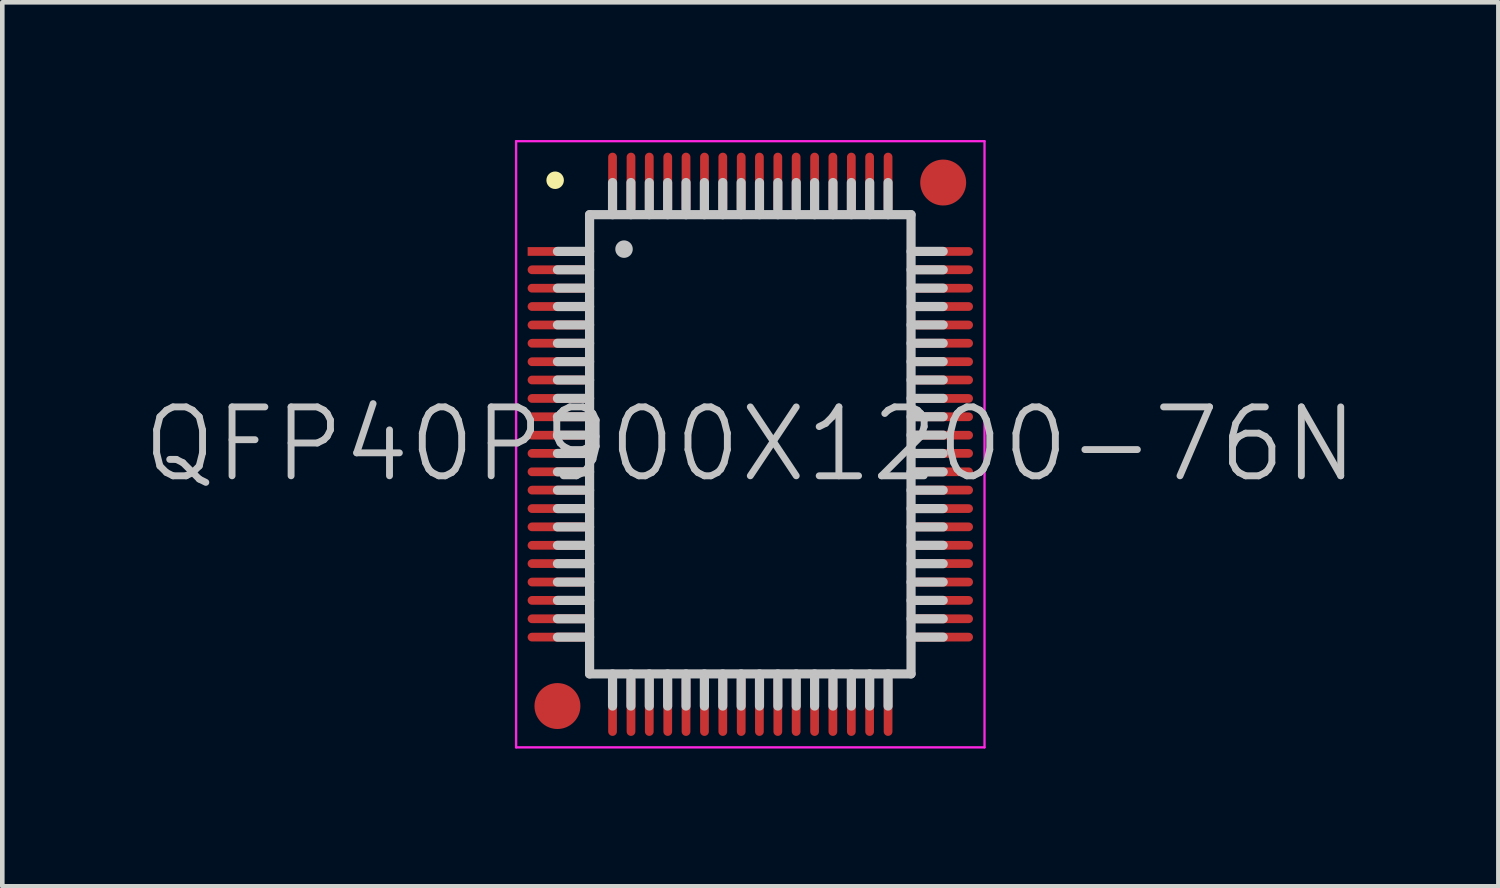
<source format=kicad_pcb>
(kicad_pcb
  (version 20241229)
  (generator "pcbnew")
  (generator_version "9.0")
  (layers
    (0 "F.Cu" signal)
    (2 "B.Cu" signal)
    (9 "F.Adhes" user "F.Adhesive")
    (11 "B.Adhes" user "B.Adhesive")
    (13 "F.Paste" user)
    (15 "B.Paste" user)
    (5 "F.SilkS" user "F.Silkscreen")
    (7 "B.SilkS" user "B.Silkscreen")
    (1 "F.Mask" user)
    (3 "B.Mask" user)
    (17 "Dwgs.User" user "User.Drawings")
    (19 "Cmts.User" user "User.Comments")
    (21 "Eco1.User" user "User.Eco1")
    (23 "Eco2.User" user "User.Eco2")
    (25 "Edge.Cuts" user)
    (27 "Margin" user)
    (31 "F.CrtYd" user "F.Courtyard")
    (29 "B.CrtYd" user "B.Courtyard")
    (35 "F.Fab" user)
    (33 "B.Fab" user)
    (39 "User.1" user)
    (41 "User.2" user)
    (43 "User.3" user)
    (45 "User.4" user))
  (footprint "QFP40P900X1200-76N"
    (layer "F.Cu")
    (at 13.289 6.625)
    (property "Reference" "QFP40P900X1200-76N" (at 0 0 0) (layer "Dwgs.User") (effects (font (size 1.5 1.5) (thickness 0.15))))
    (attr smd)
    (fp_line (start -4.25 -5.75) (end -4.25 -5.75) (stroke (width 0.381) (type solid)) (layer "F.SilkS"))
    (fp_line (start -3.5 -5) (end -3.5 5) (stroke (width 0.2) (type solid)) (layer "Dwgs.User"))
    (fp_line (start -3.5 -5) (end 3.5 -5) (stroke (width 0.2) (type solid)) (layer "Dwgs.User"))
    (fp_line (start -3.5 -4.2) (end -4.2 -4.2) (stroke (width 0.2) (type solid)) (layer "Dwgs.User"))
    (fp_line (start -3.5 -3.8) (end -4.2 -3.8) (stroke (width 0.2) (type solid)) (layer "Dwgs.User"))
    (fp_line (start -3.5 -3.4) (end -4.2 -3.4) (stroke (width 0.2) (type solid)) (layer "Dwgs.User"))
    (fp_line (start -3.5 -3) (end -4.2 -3) (stroke (width 0.2) (type solid)) (layer "Dwgs.User"))
    (fp_line (start -3.5 -2.6) (end -4.2 -2.6) (stroke (width 0.2) (type solid)) (layer "Dwgs.User"))
    (fp_line (start -3.5 -2.2) (end -4.2 -2.2) (stroke (width 0.2) (type solid)) (layer "Dwgs.User"))
    (fp_line (start -3.5 -1.8) (end -4.2 -1.8) (stroke (width 0.2) (type solid)) (layer "Dwgs.User"))
    (fp_line (start -3.5 -1.4) (end -4.2 -1.4) (stroke (width 0.2) (type solid)) (layer "Dwgs.User"))
    (fp_line (start -3.5 -1) (end -4.2 -1) (stroke (width 0.2) (type solid)) (layer "Dwgs.User"))
    (fp_line (start -3.5 -0.6) (end -4.2 -0.6) (stroke (width 0.2) (type solid)) (layer "Dwgs.User"))
    (fp_line (start -3.5 -0.2) (end -4.2 -0.2) (stroke (width 0.2) (type solid)) (layer "Dwgs.User"))
    (fp_line (start -3.5 0.2) (end -4.2 0.2) (stroke (width 0.2) (type solid)) (layer "Dwgs.User"))
    (fp_line (start -3.5 0.6) (end -4.2 0.6) (stroke (width 0.2) (type solid)) (layer "Dwgs.User"))
    (fp_line (start -3.5 1) (end -4.2 1) (stroke (width 0.2) (type solid)) (layer "Dwgs.User"))
    (fp_line (start -3.5 1.4) (end -4.2 1.4) (stroke (width 0.2) (type solid)) (layer "Dwgs.User"))
    (fp_line (start -3.5 1.8) (end -4.2 1.8) (stroke (width 0.2) (type solid)) (layer "Dwgs.User"))
    (fp_line (start -3.5 2.2) (end -4.2 2.2) (stroke (width 0.2) (type solid)) (layer "Dwgs.User"))
    (fp_line (start -3.5 2.6) (end -4.2 2.6) (stroke (width 0.2) (type solid)) (layer "Dwgs.User"))
    (fp_line (start -3.5 3) (end -4.2 3) (stroke (width 0.2) (type solid)) (layer "Dwgs.User"))
    (fp_line (start -3.5 3.4) (end -4.2 3.4) (stroke (width 0.2) (type solid)) (layer "Dwgs.User"))
    (fp_line (start -3.5 3.8) (end -4.2 3.8) (stroke (width 0.2) (type solid)) (layer "Dwgs.User"))
    (fp_line (start -3.5 4.2) (end -4.2 4.2) (stroke (width 0.2) (type solid)) (layer "Dwgs.User"))
    (fp_line (start -3.5 5) (end 3.5 5) (stroke (width 0.2) (type solid)) (layer "Dwgs.User"))
    (fp_line (start -3 -5) (end -3 -5.7) (stroke (width 0.2) (type solid)) (layer "Dwgs.User"))
    (fp_line (start -3 5.7) (end -3 5) (stroke (width 0.2) (type solid)) (layer "Dwgs.User"))
    (fp_line (start -2.75 -4.25) (end -2.75 -4.25) (stroke (width 0.381) (type solid)) (layer "Dwgs.User"))
    (fp_line (start -2.6 -5) (end -2.6 -5.7) (stroke (width 0.2) (type solid)) (layer "Dwgs.User"))
    (fp_line (start -2.6 5.7) (end -2.6 5) (stroke (width 0.2) (type solid)) (layer "Dwgs.User"))
    (fp_line (start -2.2 -5) (end -2.2 -5.7) (stroke (width 0.2) (type solid)) (layer "Dwgs.User"))
    (fp_line (start -2.2 5.7) (end -2.2 5) (stroke (width 0.2) (type solid)) (layer "Dwgs.User"))
    (fp_line (start -1.8 -5) (end -1.8 -5.7) (stroke (width 0.2) (type solid)) (layer "Dwgs.User"))
    (fp_line (start -1.8 5.7) (end -1.8 5) (stroke (width 0.2) (type solid)) (layer "Dwgs.User"))
    (fp_line (start -1.4 -5) (end -1.4 -5.7) (stroke (width 0.2) (type solid)) (layer "Dwgs.User"))
    (fp_line (start -1.4 5.7) (end -1.4 5) (stroke (width 0.2) (type solid)) (layer "Dwgs.User"))
    (fp_line (start -1 -5) (end -1 -5.7) (stroke (width 0.2) (type solid)) (layer "Dwgs.User"))
    (fp_line (start -1 5.7) (end -1 5) (stroke (width 0.2) (type solid)) (layer "Dwgs.User"))
    (fp_line (start -0.6 -5) (end -0.6 -5.7) (stroke (width 0.2) (type solid)) (layer "Dwgs.User"))
    (fp_line (start -0.6 5.7) (end -0.6 5) (stroke (width 0.2) (type solid)) (layer "Dwgs.User"))
    (fp_line (start -0.2 -5) (end -0.2 -5.7) (stroke (width 0.2) (type solid)) (layer "Dwgs.User"))
    (fp_line (start -0.2 5.7) (end -0.2 5) (stroke (width 0.2) (type solid)) (layer "Dwgs.User"))
    (fp_line (start 0.2 -5) (end 0.2 -5.7) (stroke (width 0.2) (type solid)) (layer "Dwgs.User"))
    (fp_line (start 0.2 5.7) (end 0.2 5) (stroke (width 0.2) (type solid)) (layer "Dwgs.User"))
    (fp_line (start 0.6 -5) (end 0.6 -5.7) (stroke (width 0.2) (type solid)) (layer "Dwgs.User"))
    (fp_line (start 0.6 5.7) (end 0.6 5) (stroke (width 0.2) (type solid)) (layer "Dwgs.User"))
    (fp_line (start 1 -5) (end 1 -5.7) (stroke (width 0.2) (type solid)) (layer "Dwgs.User"))
    (fp_line (start 1 5.7) (end 1 5) (stroke (width 0.2) (type solid)) (layer "Dwgs.User"))
    (fp_line (start 1.4 -5) (end 1.4 -5.7) (stroke (width 0.2) (type solid)) (layer "Dwgs.User"))
    (fp_line (start 1.4 5.7) (end 1.4 5) (stroke (width 0.2) (type solid)) (layer "Dwgs.User"))
    (fp_line (start 1.8 -5) (end 1.8 -5.7) (stroke (width 0.2) (type solid)) (layer "Dwgs.User"))
    (fp_line (start 1.8 5.7) (end 1.8 5) (stroke (width 0.2) (type solid)) (layer "Dwgs.User"))
    (fp_line (start 2.2 -5) (end 2.2 -5.7) (stroke (width 0.2) (type solid)) (layer "Dwgs.User"))
    (fp_line (start 2.2 5.7) (end 2.2 5) (stroke (width 0.2) (type solid)) (layer "Dwgs.User"))
    (fp_line (start 2.6 -5) (end 2.6 -5.7) (stroke (width 0.2) (type solid)) (layer "Dwgs.User"))
    (fp_line (start 2.6 5.7) (end 2.6 5) (stroke (width 0.2) (type solid)) (layer "Dwgs.User"))
    (fp_line (start 3 -5) (end 3 -5.7) (stroke (width 0.2) (type solid)) (layer "Dwgs.User"))
    (fp_line (start 3 5.7) (end 3 5) (stroke (width 0.2) (type solid)) (layer "Dwgs.User"))
    (fp_line (start 3.5 -5) (end 3.5 5) (stroke (width 0.2) (type solid)) (layer "Dwgs.User"))
    (fp_line (start 4.2 -4.2) (end 3.5 -4.2) (stroke (width 0.2) (type solid)) (layer "Dwgs.User"))
    (fp_line (start 4.2 -3.8) (end 3.5 -3.8) (stroke (width 0.2) (type solid)) (layer "Dwgs.User"))
    (fp_line (start 4.2 -3.4) (end 3.5 -3.4) (stroke (width 0.2) (type solid)) (layer "Dwgs.User"))
    (fp_line (start 4.2 -3) (end 3.5 -3) (stroke (width 0.2) (type solid)) (layer "Dwgs.User"))
    (fp_line (start 4.2 -2.6) (end 3.5 -2.6) (stroke (width 0.2) (type solid)) (layer "Dwgs.User"))
    (fp_line (start 4.2 -2.2) (end 3.5 -2.2) (stroke (width 0.2) (type solid)) (layer "Dwgs.User"))
    (fp_line (start 4.2 -1.8) (end 3.5 -1.8) (stroke (width 0.2) (type solid)) (layer "Dwgs.User"))
    (fp_line (start 4.2 -1.4) (end 3.5 -1.4) (stroke (width 0.2) (type solid)) (layer "Dwgs.User"))
    (fp_line (start 4.2 -1) (end 3.5 -1) (stroke (width 0.2) (type solid)) (layer "Dwgs.User"))
    (fp_line (start 4.2 -0.6) (end 3.5 -0.6) (stroke (width 0.2) (type solid)) (layer "Dwgs.User"))
    (fp_line (start 4.2 -0.2) (end 3.5 -0.2) (stroke (width 0.2) (type solid)) (layer "Dwgs.User"))
    (fp_line (start 4.2 0.2) (end 3.5 0.2) (stroke (width 0.2) (type solid)) (layer "Dwgs.User"))
    (fp_line (start 4.2 0.6) (end 3.5 0.6) (stroke (width 0.2) (type solid)) (layer "Dwgs.User"))
    (fp_line (start 4.2 1) (end 3.5 1) (stroke (width 0.2) (type solid)) (layer "Dwgs.User"))
    (fp_line (start 4.2 1.4) (end 3.5 1.4) (stroke (width 0.2) (type solid)) (layer "Dwgs.User"))
    (fp_line (start 4.2 1.8) (end 3.5 1.8) (stroke (width 0.2) (type solid)) (layer "Dwgs.User"))
    (fp_line (start 4.2 2.2) (end 3.5 2.2) (stroke (width 0.2) (type solid)) (layer "Dwgs.User"))
    (fp_line (start 4.2 2.6) (end 3.5 2.6) (stroke (width 0.2) (type solid)) (layer "Dwgs.User"))
    (fp_line (start 4.2 3) (end 3.5 3) (stroke (width 0.2) (type solid)) (layer "Dwgs.User"))
    (fp_line (start 4.2 3.4) (end 3.5 3.4) (stroke (width 0.2) (type solid)) (layer "Dwgs.User"))
    (fp_line (start 4.2 3.8) (end 3.5 3.8) (stroke (width 0.2) (type solid)) (layer "Dwgs.User"))
    (fp_line (start 4.2 4.2) (end 3.5 4.2) (stroke (width 0.2) (type solid)) (layer "Dwgs.User"))
    (fp_line (start -5.1 -6.6) (end -5.1 6.6) (stroke (width 0.05) (type solid)) (layer "F.CrtYd"))
    (fp_line (start -5.1 -6.6) (end 5.1 -6.6) (stroke (width 0.05) (type solid)) (layer "F.CrtYd"))
    (fp_line (start -5.1 6.6) (end 5.1 6.6) (stroke (width 0.05) (type solid)) (layer "F.CrtYd"))
    (fp_line (start 5.1 -6.6) (end 5.1 6.6) (stroke (width 0.05) (type solid)) (layer "F.CrtYd"))
    (pad "" smd circle (at -4.2 5.7) (size 1 1) (layers "F.Cu" "F.Mask"))
    (pad "" smd circle (at 4.2 -5.7) (size 1 1) (layers "F.Cu" "F.Mask"))
    (pad "1" smd rect (at -4.199 -4.199 90) (size 0.19 1.3) (layers "F.Cu" "F.Mask" "F.Paste"))
    (pad "2" smd oval (at -4.199 -3.8 90) (size 0.19 1.3) (layers "F.Cu" "F.Mask" "F.Paste"))
    (pad "3" smd oval (at -4.199 -3.399 90) (size 0.19 1.3) (layers "F.Cu" "F.Mask" "F.Paste"))
    (pad "4" smd oval (at -4.199 -3 90) (size 0.19 1.3) (layers "F.Cu" "F.Mask" "F.Paste"))
    (pad "5" smd oval (at -4.199 -2.598 90) (size 0.19 1.3) (layers "F.Cu" "F.Mask" "F.Paste"))
    (pad "6" smd oval (at -4.199 -2.2 90) (size 0.19 1.3) (layers "F.Cu" "F.Mask" "F.Paste"))
    (pad "7" smd oval (at -4.199 -1.798 90) (size 0.19 1.3) (layers "F.Cu" "F.Mask" "F.Paste"))
    (pad "8" smd oval (at -4.199 -1.4 90) (size 0.19 1.3) (layers "F.Cu" "F.Mask" "F.Paste"))
    (pad "9" smd oval (at -4.199 -0.998 90) (size 0.19 1.3) (layers "F.Cu" "F.Mask" "F.Paste"))
    (pad "10" smd oval (at -4.199 -0.599 90) (size 0.19 1.3) (layers "F.Cu" "F.Mask" "F.Paste"))
    (pad "11" smd oval (at -4.199 -0.198 90) (size 0.19 1.3) (layers "F.Cu" "F.Mask" "F.Paste"))
    (pad "12" smd oval (at -4.199 0.198 90) (size 0.19 1.3) (layers "F.Cu" "F.Mask" "F.Paste"))
    (pad "13" smd oval (at -4.199 0.599 90) (size 0.19 1.3) (layers "F.Cu" "F.Mask" "F.Paste"))
    (pad "14" smd oval (at -4.199 0.998 90) (size 0.19 1.3) (layers "F.Cu" "F.Mask" "F.Paste"))
    (pad "15" smd oval (at -4.199 1.4 90) (size 0.19 1.3) (layers "F.Cu" "F.Mask" "F.Paste"))
    (pad "16" smd oval (at -4.199 1.798 90) (size 0.19 1.3) (layers "F.Cu" "F.Mask" "F.Paste"))
    (pad "17" smd oval (at -4.199 2.2 90) (size 0.19 1.3) (layers "F.Cu" "F.Mask" "F.Paste"))
    (pad "18" smd oval (at -4.199 2.598 90) (size 0.19 1.3) (layers "F.Cu" "F.Mask" "F.Paste"))
    (pad "19" smd oval (at -4.199 3 90) (size 0.19 1.3) (layers "F.Cu" "F.Mask" "F.Paste"))
    (pad "20" smd oval (at -4.199 3.399 90) (size 0.19 1.3) (layers "F.Cu" "F.Mask" "F.Paste"))
    (pad "21" smd oval (at -4.199 3.8 90) (size 0.19 1.3) (layers "F.Cu" "F.Mask" "F.Paste"))
    (pad "22" smd oval (at -4.199 4.199 90) (size 0.19 1.3) (layers "F.Cu" "F.Mask" "F.Paste"))
    (pad "23" smd oval (at -3 5.7 180) (size 0.19 1.3) (layers "F.Cu" "F.Mask" "F.Paste"))
    (pad "24" smd oval (at -2.598 5.7 180) (size 0.19 1.3) (layers "F.Cu" "F.Mask" "F.Paste"))
    (pad "25" smd oval (at -2.2 5.7 180) (size 0.19 1.3) (layers "F.Cu" "F.Mask" "F.Paste"))
    (pad "26" smd oval (at -1.798 5.7 180) (size 0.19 1.3) (layers "F.Cu" "F.Mask" "F.Paste"))
    (pad "27" smd oval (at -1.4 5.7 180) (size 0.19 1.3) (layers "F.Cu" "F.Mask" "F.Paste"))
    (pad "28" smd oval (at -0.998 5.7 180) (size 0.19 1.3) (layers "F.Cu" "F.Mask" "F.Paste"))
    (pad "29" smd oval (at -0.599 5.7 180) (size 0.19 1.3) (layers "F.Cu" "F.Mask" "F.Paste"))
    (pad "30" smd oval (at -0.198 5.7 180) (size 0.19 1.3) (layers "F.Cu" "F.Mask" "F.Paste"))
    (pad "31" smd oval (at 0.198 5.7 180) (size 0.19 1.3) (layers "F.Cu" "F.Mask" "F.Paste"))
    (pad "32" smd oval (at 0.599 5.7 180) (size 0.19 1.3) (layers "F.Cu" "F.Mask" "F.Paste"))
    (pad "33" smd oval (at 0.998 5.7 180) (size 0.19 1.3) (layers "F.Cu" "F.Mask" "F.Paste"))
    (pad "34" smd oval (at 1.4 5.7 180) (size 0.19 1.3) (layers "F.Cu" "F.Mask" "F.Paste"))
    (pad "35" smd oval (at 1.798 5.7 180) (size 0.19 1.3) (layers "F.Cu" "F.Mask" "F.Paste"))
    (pad "36" smd oval (at 2.2 5.7 180) (size 0.19 1.3) (layers "F.Cu" "F.Mask" "F.Paste"))
    (pad "37" smd oval (at 2.598 5.7 180) (size 0.19 1.3) (layers "F.Cu" "F.Mask" "F.Paste"))
    (pad "38" smd oval (at 3 5.7 180) (size 0.19 1.3) (layers "F.Cu" "F.Mask" "F.Paste"))
    (pad "39" smd oval (at 4.199 4.199 270) (size 0.19 1.3) (layers "F.Cu" "F.Mask" "F.Paste"))
    (pad "40" smd oval (at 4.199 3.8 270) (size 0.19 1.3) (layers "F.Cu" "F.Mask" "F.Paste"))
    (pad "41" smd oval (at 4.199 3.399 270) (size 0.19 1.3) (layers "F.Cu" "F.Mask" "F.Paste"))
    (pad "42" smd oval (at 4.199 3 270) (size 0.19 1.3) (layers "F.Cu" "F.Mask" "F.Paste"))
    (pad "43" smd oval (at 4.199 2.598 270) (size 0.19 1.3) (layers "F.Cu" "F.Mask" "F.Paste"))
    (pad "44" smd oval (at 4.199 2.2 270) (size 0.19 1.3) (layers "F.Cu" "F.Mask" "F.Paste"))
    (pad "45" smd oval (at 4.199 1.798 270) (size 0.19 1.3) (layers "F.Cu" "F.Mask" "F.Paste"))
    (pad "46" smd oval (at 4.199 1.4 270) (size 0.19 1.3) (layers "F.Cu" "F.Mask" "F.Paste"))
    (pad "47" smd oval (at 4.199 0.998 270) (size 0.19 1.3) (layers "F.Cu" "F.Mask" "F.Paste"))
    (pad "48" smd oval (at 4.199 0.599 270) (size 0.19 1.3) (layers "F.Cu" "F.Mask" "F.Paste"))
    (pad "49" smd oval (at 4.199 0.198 270) (size 0.19 1.3) (layers "F.Cu" "F.Mask" "F.Paste"))
    (pad "50" smd oval (at 4.199 -0.198 270) (size 0.19 1.3) (layers "F.Cu" "F.Mask" "F.Paste"))
    (pad "51" smd oval (at 4.199 -0.599 270) (size 0.19 1.3) (layers "F.Cu" "F.Mask" "F.Paste"))
    (pad "52" smd oval (at 4.199 -0.998 270) (size 0.19 1.3) (layers "F.Cu" "F.Mask" "F.Paste"))
    (pad "53" smd oval (at 4.199 -1.4 270) (size 0.19 1.3) (layers "F.Cu" "F.Mask" "F.Paste"))
    (pad "54" smd oval (at 4.199 -1.798 270) (size 0.19 1.3) (layers "F.Cu" "F.Mask" "F.Paste"))
    (pad "55" smd oval (at 4.199 -2.2 270) (size 0.19 1.3) (layers "F.Cu" "F.Mask" "F.Paste"))
    (pad "56" smd oval (at 4.199 -2.598 270) (size 0.19 1.3) (layers "F.Cu" "F.Mask" "F.Paste"))
    (pad "57" smd oval (at 4.199 -3 270) (size 0.19 1.3) (layers "F.Cu" "F.Mask" "F.Paste"))
    (pad "58" smd oval (at 4.199 -3.399 270) (size 0.19 1.3) (layers "F.Cu" "F.Mask" "F.Paste"))
    (pad "59" smd oval (at 4.199 -3.8 270) (size 0.19 1.3) (layers "F.Cu" "F.Mask" "F.Paste"))
    (pad "60" smd oval (at 4.199 -4.199 270) (size 0.19 1.3) (layers "F.Cu" "F.Mask" "F.Paste"))
    (pad "61" smd oval (at 3 -5.7) (size 0.19 1.3) (layers "F.Cu" "F.Mask" "F.Paste"))
    (pad "62" smd oval (at 2.598 -5.7) (size 0.19 1.3) (layers "F.Cu" "F.Mask" "F.Paste"))
    (pad "63" smd oval (at 2.2 -5.7) (size 0.19 1.3) (layers "F.Cu" "F.Mask" "F.Paste"))
    (pad "64" smd oval (at 1.798 -5.7) (size 0.19 1.3) (layers "F.Cu" "F.Mask" "F.Paste"))
    (pad "65" smd oval (at 1.4 -5.7) (size 0.19 1.3) (layers "F.Cu" "F.Mask" "F.Paste"))
    (pad "66" smd oval (at 0.998 -5.7) (size 0.19 1.3) (layers "F.Cu" "F.Mask" "F.Paste"))
    (pad "67" smd oval (at 0.599 -5.7) (size 0.19 1.3) (layers "F.Cu" "F.Mask" "F.Paste"))
    (pad "68" smd oval (at 0.198 -5.7) (size 0.19 1.3) (layers "F.Cu" "F.Mask" "F.Paste"))
    (pad "69" smd oval (at -0.198 -5.7) (size 0.19 1.3) (layers "F.Cu" "F.Mask" "F.Paste"))
    (pad "70" smd oval (at -0.599 -5.7) (size 0.19 1.3) (layers "F.Cu" "F.Mask" "F.Paste"))
    (pad "71" smd oval (at -0.998 -5.7) (size 0.19 1.3) (layers "F.Cu" "F.Mask" "F.Paste"))
    (pad "72" smd oval (at -1.4 -5.7) (size 0.19 1.3) (layers "F.Cu" "F.Mask" "F.Paste"))
    (pad "73" smd oval (at -1.798 -5.7) (size 0.19 1.3) (layers "F.Cu" "F.Mask" "F.Paste"))
    (pad "74" smd oval (at -2.2 -5.7) (size 0.19 1.3) (layers "F.Cu" "F.Mask" "F.Paste"))
    (pad "75" smd oval (at -2.598 -5.7) (size 0.19 1.3) (layers "F.Cu" "F.Mask" "F.Paste"))
    (pad "76" smd oval (at -3 -5.7) (size 0.19 1.3) (layers "F.Cu" "F.Mask" "F.Paste")))
  (gr_rect
    (start -3 -3)
    (end 29.579 16.25)
    (stroke (width 0.1) (type default))
    (fill no)
    (layer "Edge.Cuts")))
</source>
